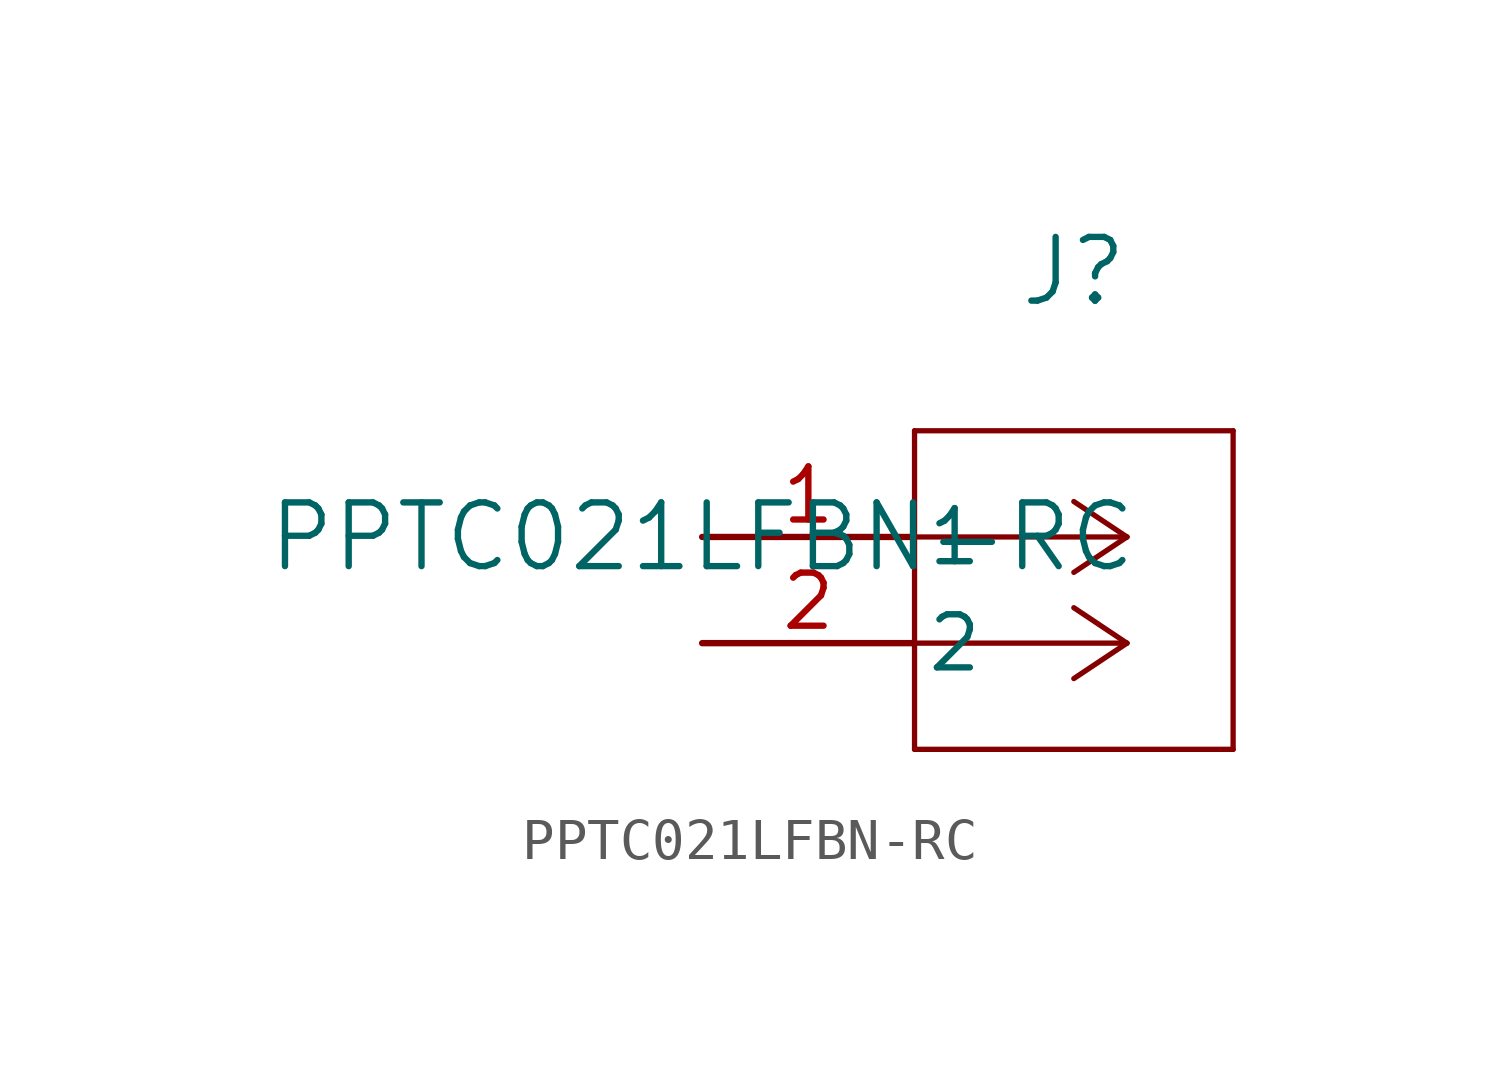
<source format=kicad_sym>
(kicad_symbol_lib
  (version 20211014)
  (generator kicad_symbol_editor)
  (symbol "PPTC021LFBN-RC"
    (pin_names
      (offset 0.254))
    (property "Reference" "J"
      (at 8.89 6.35 0)
      (effects (font (size 1.524 1.524))))
    (property "Value" "PPTC021LFBN-RC"
      (at 0 0 0)
      (effects (font (size 1.524 1.524))))
    (polyline
      (pts (xy 10.16 0) (xy 5.08 0))
      (stroke (width 0.127) (type default) (color 0 0 0 0))
      (fill (type none)))
    (polyline
      (pts (xy 10.16 -2.54) (xy 5.08 -2.54))
      (stroke (width 0.127) (type default) (color 0 0 0 0))
      (fill (type none)))
    (polyline
      (pts (xy 10.16 0) (xy 8.89 0.847))
      (stroke (width 0.127) (type default) (color 0 0 0 0))
      (fill (type none)))
    (polyline
      (pts (xy 10.16 -2.54) (xy 8.89 -1.693))
      (stroke (width 0.127) (type default) (color 0 0 0 0))
      (fill (type none)))
    (polyline
      (pts (xy 10.16 0) (xy 8.89 -0.847))
      (stroke (width 0.127) (type default) (color 0 0 0 0))
      (fill (type none)))
    (polyline
      (pts (xy 10.16 -2.54) (xy 8.89 -3.387))
      (stroke (width 0.127) (type default) (color 0 0 0 0))
      (fill (type none)))
    (polyline
      (pts (xy 5.08 2.54) (xy 5.08 -5.08))
      (stroke (width 0.127) (type default) (color 0 0 0 0))
      (fill (type none)))
    (polyline
      (pts (xy 5.08 -5.08) (xy 12.7 -5.08))
      (stroke (width 0.127) (type default) (color 0 0 0 0))
      (fill (type none)))
    (polyline
      (pts (xy 12.7 -5.08) (xy 12.7 2.54))
      (stroke (width 0.127) (type default) (color 0 0 0 0))
      (fill (type none)))
    (polyline
      (pts (xy 12.7 2.54) (xy 5.08 2.54))
      (stroke (width 0.127) (type default) (color 0 0 0 0))
      (fill (type none)))
    (pin unspecified line
      (at 0 0 0)
      (length 5.08)
      (name "1" (effects (font (size 1.27 1.27))))
      (number "1" (effects (font (size 1.27 1.27)))))
    (pin unspecified line
      (at 0 -2.54 0)
      (length 5.08)
      (name "2" (effects (font (size 1.27 1.27))))
      (number "2" (effects (font (size 1.27 1.27)))))))
</source>
